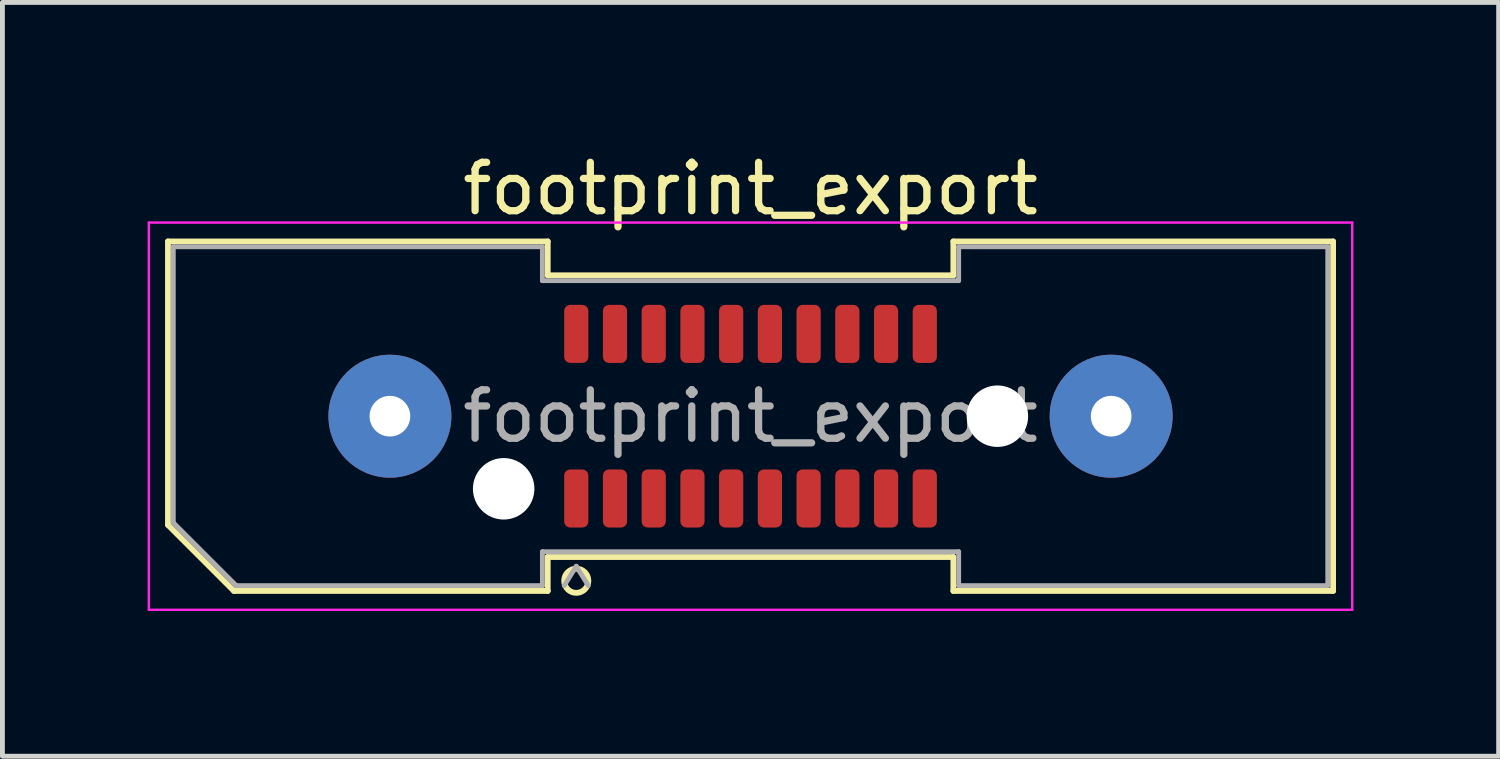
<source format=kicad_pcb>
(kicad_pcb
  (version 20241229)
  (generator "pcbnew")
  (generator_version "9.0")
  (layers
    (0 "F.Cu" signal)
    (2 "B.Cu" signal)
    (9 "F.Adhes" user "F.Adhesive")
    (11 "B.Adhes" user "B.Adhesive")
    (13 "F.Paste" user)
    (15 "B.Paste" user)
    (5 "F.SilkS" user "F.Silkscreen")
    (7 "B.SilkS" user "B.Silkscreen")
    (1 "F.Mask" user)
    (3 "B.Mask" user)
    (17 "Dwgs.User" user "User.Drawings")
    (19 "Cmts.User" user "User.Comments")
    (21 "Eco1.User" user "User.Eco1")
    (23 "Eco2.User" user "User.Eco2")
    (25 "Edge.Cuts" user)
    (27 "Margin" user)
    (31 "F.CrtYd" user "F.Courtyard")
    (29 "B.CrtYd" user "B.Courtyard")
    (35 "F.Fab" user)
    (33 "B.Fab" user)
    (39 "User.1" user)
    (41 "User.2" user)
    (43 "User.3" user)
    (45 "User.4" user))
  (footprint "footprint_export"
    (layer "F.Cu")
    (at 12.455 5.548)
    (property "Reference" "footprint_export" (at 0 -4.7 0) (layer "F.SilkS") (effects (font (size 1 1) (thickness 0.15))))
    (attr smd)
    (fp_line (start -12.035 -3.61) (end -4.19 -3.61) (stroke (width 0.12) (type solid)) (layer "F.SilkS"))
    (fp_line (start -12.035 2.246) (end -12.035 -3.61) (stroke (width 0.12) (type solid)) (layer "F.SilkS"))
    (fp_line (start -10.671 3.61) (end -12.035 2.246) (stroke (width 0.12) (type solid)) (layer "F.SilkS"))
    (fp_line (start -4.19 -3.61) (end -4.19 -2.91) (stroke (width 0.12) (type solid)) (layer "F.SilkS"))
    (fp_line (start -4.19 -2.91) (end 4.19 -2.91) (stroke (width 0.12) (type solid)) (layer "F.SilkS"))
    (fp_line (start -4.19 2.91) (end -4.19 3.61) (stroke (width 0.12) (type solid)) (layer "F.SilkS"))
    (fp_line (start -4.19 3.61) (end -10.671 3.61) (stroke (width 0.12) (type solid)) (layer "F.SilkS"))
    (fp_line (start 4.19 -3.61) (end 12.035 -3.61) (stroke (width 0.12) (type solid)) (layer "F.SilkS"))
    (fp_line (start 4.19 -2.91) (end 4.19 -3.61) (stroke (width 0.12) (type solid)) (layer "F.SilkS"))
    (fp_line (start 4.19 2.91) (end -4.19 2.91) (stroke (width 0.12) (type solid)) (layer "F.SilkS"))
    (fp_line (start 4.19 3.61) (end 4.19 2.91) (stroke (width 0.12) (type solid)) (layer "F.SilkS"))
    (fp_line (start 12.035 -3.61) (end 12.035 3.61) (stroke (width 0.12) (type solid)) (layer "F.SilkS"))
    (fp_line (start 12.035 3.61) (end 4.19 3.61) (stroke (width 0.12) (type solid)) (layer "F.SilkS"))
    (fp_circle (center -3.6 3.4) (end -3.35 3.4) (stroke (width 0.12) (type solid)) (fill no) (layer "F.SilkS"))
    (fp_line (start -12.43 -4) (end -12.43 4) (stroke (width 0.05) (type solid)) (layer "F.CrtYd"))
    (fp_line (start -12.43 4) (end 12.43 4) (stroke (width 0.05) (type solid)) (layer "F.CrtYd"))
    (fp_line (start 12.43 -4) (end -12.43 -4) (stroke (width 0.05) (type solid)) (layer "F.CrtYd"))
    (fp_line (start 12.43 4) (end 12.43 -4) (stroke (width 0.05) (type solid)) (layer "F.CrtYd"))
    (fp_line (start -11.925 -3.5) (end -4.3 -3.5) (stroke (width 0.1) (type solid)) (layer "F.Fab"))
    (fp_line (start -11.925 2.2) (end -11.925 -3.5) (stroke (width 0.1) (type solid)) (layer "F.Fab"))
    (fp_line (start -10.625 3.5) (end -11.925 2.2) (stroke (width 0.1) (type solid)) (layer "F.Fab"))
    (fp_line (start -4.3 -3.5) (end -4.3 -2.8) (stroke (width 0.1) (type solid)) (layer "F.Fab"))
    (fp_line (start -4.3 -2.8) (end 4.3 -2.8) (stroke (width 0.1) (type solid)) (layer "F.Fab"))
    (fp_line (start -4.3 2.8) (end -4.3 3.5) (stroke (width 0.1) (type solid)) (layer "F.Fab"))
    (fp_line (start -4.3 3.5) (end -10.625 3.5) (stroke (width 0.1) (type solid)) (layer "F.Fab"))
    (fp_line (start -3.6 3.1) (end -3.85 3.5) (stroke (width 0.1) (type solid)) (layer "F.Fab"))
    (fp_line (start -3.6 3.1) (end -3.35 3.5) (stroke (width 0.1) (type solid)) (layer "F.Fab"))
    (fp_line (start 4.3 -3.5) (end 11.925 -3.5) (stroke (width 0.1) (type solid)) (layer "F.Fab"))
    (fp_line (start 4.3 -2.8) (end 4.3 -3.5) (stroke (width 0.1) (type solid)) (layer "F.Fab"))
    (fp_line (start 4.3 2.8) (end -4.3 2.8) (stroke (width 0.1) (type solid)) (layer "F.Fab"))
    (fp_line (start 4.3 3.5) (end 4.3 2.8) (stroke (width 0.1) (type solid)) (layer "F.Fab"))
    (fp_line (start 11.925 -3.5) (end 11.925 3.5) (stroke (width 0.1) (type solid)) (layer "F.Fab"))
    (fp_line (start 11.925 3.5) (end 4.3 3.5) (stroke (width 0.1) (type solid)) (layer "F.Fab"))
    (fp_text user "${REFERENCE}" (at 0 0 0) (layer "F.Fab") (effects (font (size 1 1) (thickness 0.15))))
    (pad "" thru_hole circle (at -7.45 0) (size 2.54 2.54) (drill 0.84) (layers "*.Cu" "*.Mask" "F.Paste"))
    (pad "" np_thru_hole circle (at -5.1 1.5) (size 1.27 1.27) (drill 1.27) (layers "*.Cu" "*.Mask"))
    (pad "" np_thru_hole circle (at 5.1 0) (size 1.27 1.27) (drill 1.27) (layers "*.Cu" "*.Mask"))
    (pad "" thru_hole circle (at 7.45 0) (size 2.54 2.54) (drill 0.84) (layers "*.Cu" "*.Mask" "F.Paste"))
    (pad "1" smd roundrect (at -3.6 1.7) (size 0.5 1.2) (layers "F.Cu" "F.Mask" "F.Paste") (roundrect_rratio 0.25))
    (pad "2" smd roundrect (at -3.6 -1.7) (size 0.5 1.2) (layers "F.Cu" "F.Mask" "F.Paste") (roundrect_rratio 0.25))
    (pad "3" smd roundrect (at -2.8 1.7) (size 0.5 1.2) (layers "F.Cu" "F.Mask" "F.Paste") (roundrect_rratio 0.25))
    (pad "4" smd roundrect (at -2.8 -1.7) (size 0.5 1.2) (layers "F.Cu" "F.Mask" "F.Paste") (roundrect_rratio 0.25))
    (pad "5" smd roundrect (at -2 1.7) (size 0.5 1.2) (layers "F.Cu" "F.Mask" "F.Paste") (roundrect_rratio 0.25))
    (pad "6" smd roundrect (at -2 -1.7) (size 0.5 1.2) (layers "F.Cu" "F.Mask" "F.Paste") (roundrect_rratio 0.25))
    (pad "7" smd roundrect (at -1.2 1.7) (size 0.5 1.2) (layers "F.Cu" "F.Mask" "F.Paste") (roundrect_rratio 0.25))
    (pad "8" smd roundrect (at -1.2 -1.7) (size 0.5 1.2) (layers "F.Cu" "F.Mask" "F.Paste") (roundrect_rratio 0.25))
    (pad "9" smd roundrect (at -0.4 1.7) (size 0.5 1.2) (layers "F.Cu" "F.Mask" "F.Paste") (roundrect_rratio 0.25))
    (pad "10" smd roundrect (at -0.4 -1.7) (size 0.5 1.2) (layers "F.Cu" "F.Mask" "F.Paste") (roundrect_rratio 0.25))
    (pad "11" smd roundrect (at 0.4 1.7) (size 0.5 1.2) (layers "F.Cu" "F.Mask" "F.Paste") (roundrect_rratio 0.25))
    (pad "12" smd roundrect (at 0.4 -1.7) (size 0.5 1.2) (layers "F.Cu" "F.Mask" "F.Paste") (roundrect_rratio 0.25))
    (pad "13" smd roundrect (at 1.2 1.7) (size 0.5 1.2) (layers "F.Cu" "F.Mask" "F.Paste") (roundrect_rratio 0.25))
    (pad "14" smd roundrect (at 1.2 -1.7) (size 0.5 1.2) (layers "F.Cu" "F.Mask" "F.Paste") (roundrect_rratio 0.25))
    (pad "15" smd roundrect (at 2 1.7) (size 0.5 1.2) (layers "F.Cu" "F.Mask" "F.Paste") (roundrect_rratio 0.25))
    (pad "16" smd roundrect (at 2 -1.7) (size 0.5 1.2) (layers "F.Cu" "F.Mask" "F.Paste") (roundrect_rratio 0.25))
    (pad "17" smd roundrect (at 2.8 1.7) (size 0.5 1.2) (layers "F.Cu" "F.Mask" "F.Paste") (roundrect_rratio 0.25))
    (pad "18" smd roundrect (at 2.8 -1.7) (size 0.5 1.2) (layers "F.Cu" "F.Mask" "F.Paste") (roundrect_rratio 0.25))
    (pad "19" smd roundrect (at 3.6 1.7) (size 0.5 1.2) (layers "F.Cu" "F.Mask" "F.Paste") (roundrect_rratio 0.25))
    (pad "20" smd roundrect (at 3.6 -1.7) (size 0.5 1.2) (layers "F.Cu" "F.Mask" "F.Paste") (roundrect_rratio 0.25)))
  (gr_rect
    (start -3 -3)
    (end 27.91 12.573)
    (stroke (width 0.1) (type default))
    (fill no)
    (layer "Edge.Cuts")))
</source>
